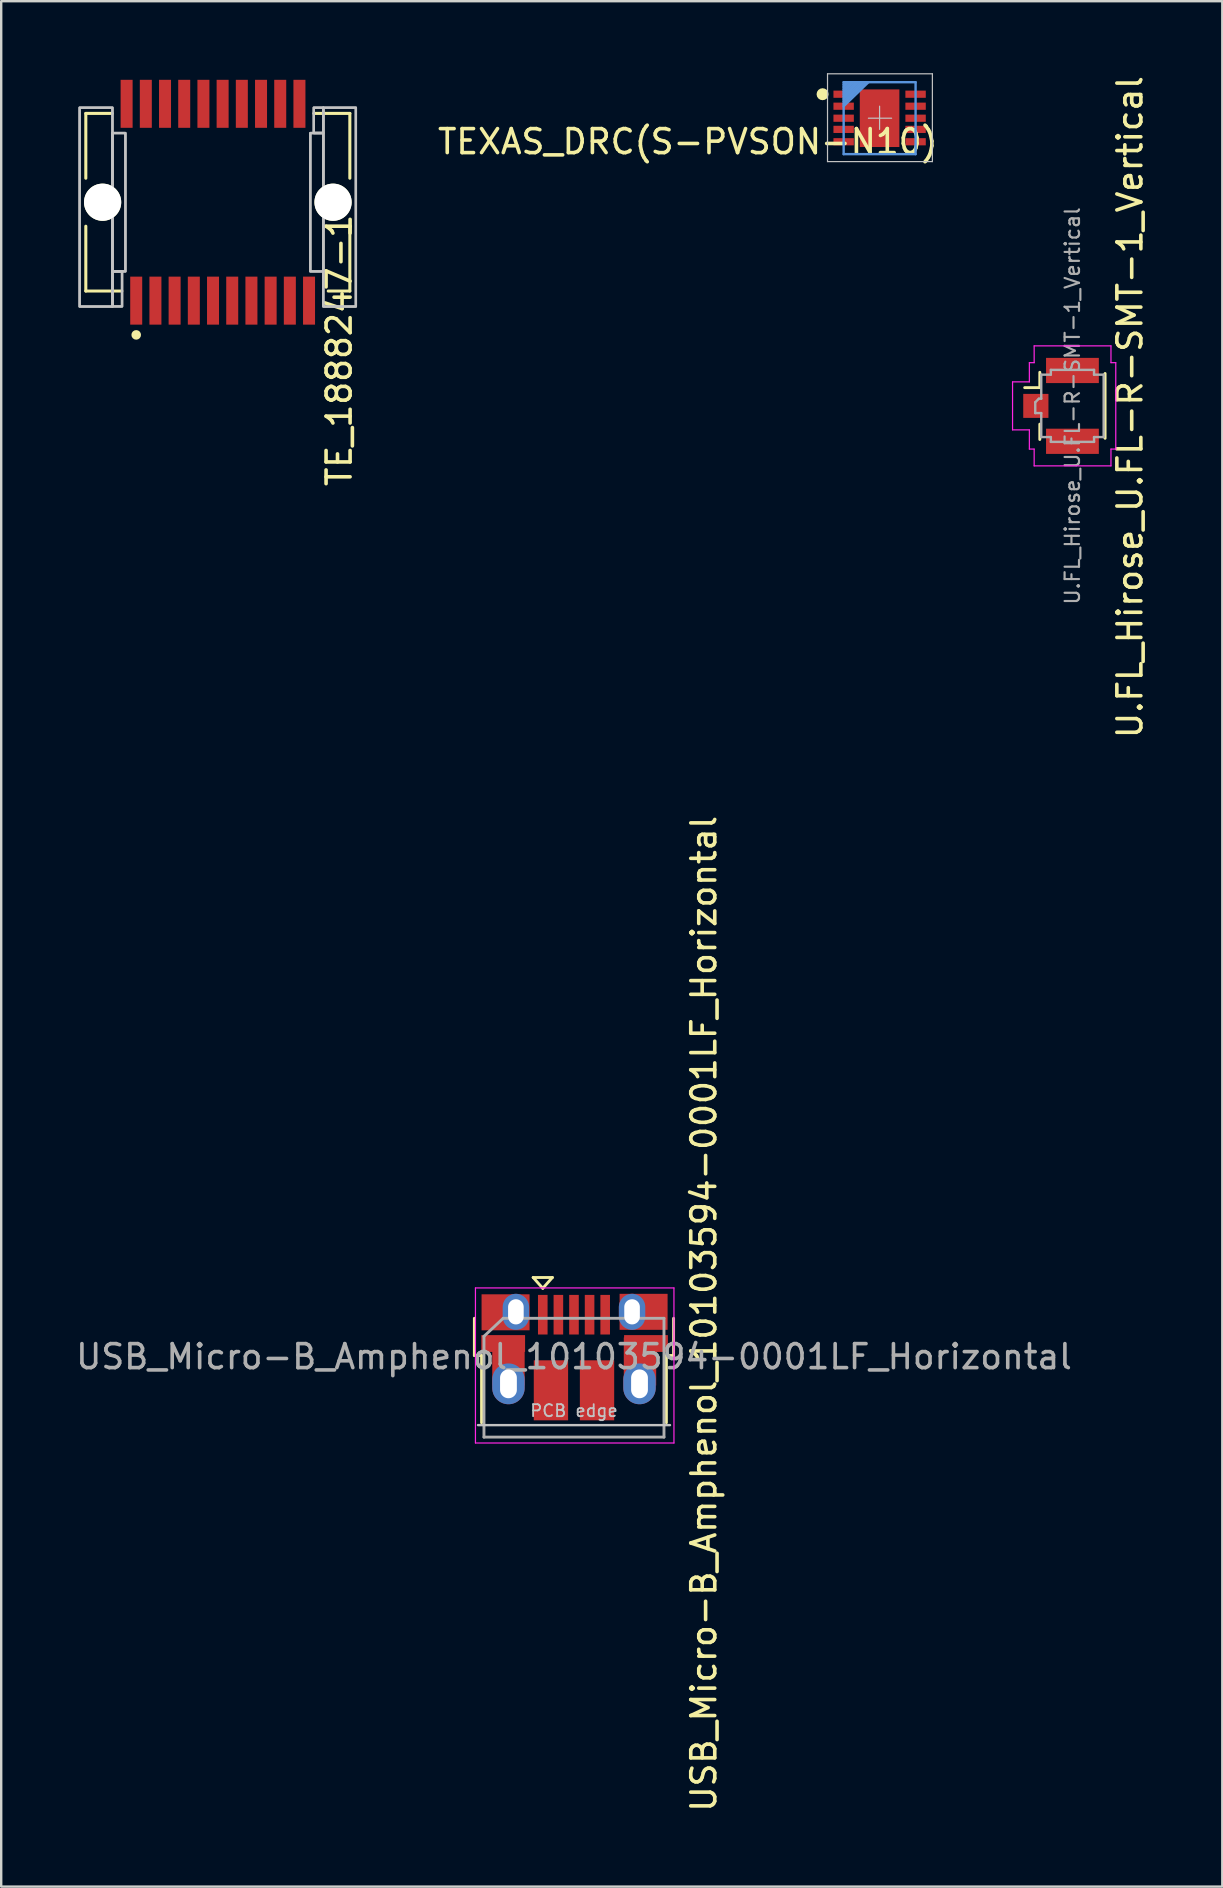
<source format=kicad_pcb>
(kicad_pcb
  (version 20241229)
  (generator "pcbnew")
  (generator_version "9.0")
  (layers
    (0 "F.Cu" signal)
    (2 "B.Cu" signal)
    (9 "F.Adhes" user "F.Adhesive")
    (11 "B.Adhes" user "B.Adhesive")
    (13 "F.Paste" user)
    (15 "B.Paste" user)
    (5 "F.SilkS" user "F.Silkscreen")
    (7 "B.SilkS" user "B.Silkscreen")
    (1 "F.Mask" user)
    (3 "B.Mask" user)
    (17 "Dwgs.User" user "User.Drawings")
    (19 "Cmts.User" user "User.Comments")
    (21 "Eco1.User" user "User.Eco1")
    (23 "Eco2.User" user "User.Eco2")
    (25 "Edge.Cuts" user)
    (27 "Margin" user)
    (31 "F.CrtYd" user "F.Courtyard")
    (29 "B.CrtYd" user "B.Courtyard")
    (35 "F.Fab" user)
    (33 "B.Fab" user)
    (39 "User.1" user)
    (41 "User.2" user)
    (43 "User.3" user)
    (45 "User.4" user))
  (footprint "TE_1888247-1"
    (layer "F.Cu")
    (at 6.025 5.375)
    (property "Reference" "TE_1888247-1" (at 5.055 6.172 90) (layer "F.SilkS") (effects (font (size 1.001 1.001) (thickness 0.15))))
    (attr smd)
    (fp_line (start -5.5 -3.7) (end -5.5 -1) (stroke (width 0.127) (type solid)) (layer "F.SilkS"))
    (fp_line (start -5.5 3.7) (end -5.5 1) (stroke (width 0.127) (type solid)) (layer "F.SilkS"))
    (fp_line (start -4.4 -3.7) (end -5.5 -3.7) (stroke (width 0.127) (type solid)) (layer "F.SilkS"))
    (fp_line (start -4 3.7) (end -5.5 3.7) (stroke (width 0.127) (type solid)) (layer "F.SilkS"))
    (fp_line (start 4 -3.7) (end 5.5 -3.7) (stroke (width 0.127) (type solid)) (layer "F.SilkS"))
    (fp_line (start 4.6 3.7) (end 5.5 3.7) (stroke (width 0.127) (type solid)) (layer "F.SilkS"))
    (fp_line (start 5.5 -3.7) (end 5.5 -1) (stroke (width 0.127) (type solid)) (layer "F.SilkS"))
    (fp_line (start 5.5 3.7) (end 5.5 1) (stroke (width 0.127) (type solid)) (layer "F.SilkS"))
    (fp_circle (center -3.4 5.527) (end -3.3 5.527) (stroke (width 0.2) (type solid)) (fill no) (layer "F.SilkS"))
    (fp_poly (pts (xy -5.759 -3.94) (xy -4.39 -3.94) (xy -4.39 4.347) (xy -5.759 4.347)) (stroke (width 0.1) (type solid)) (fill no) (layer "Dwgs.User"))
    (fp_poly (pts (xy -5.756 -3.94) (xy -4.39 -3.94) (xy -4.39 4.345) (xy -5.756 4.345)) (stroke (width 0.1) (type solid)) (fill no) (layer "Dwgs.User"))
    (fp_poly (pts (xy -4.395 -2.88) (xy -3.85 -2.88) (xy -3.85 2.883) (xy -4.395 2.883)) (stroke (width 0.1) (type solid)) (fill no) (layer "Dwgs.User"))
    (fp_poly (pts (xy -4.393 -2.88) (xy -3.85 -2.88) (xy -3.85 2.882) (xy -4.393 2.882)) (stroke (width 0.1) (type solid)) (fill no) (layer "Dwgs.User"))
    (fp_poly (pts (xy -4.392 2.88) (xy -3.99 2.88) (xy -3.99 4.342) (xy -4.392 4.342)) (stroke (width 0.1) (type solid)) (fill no) (layer "Dwgs.User"))
    (fp_poly (pts (xy -4.391 2.88) (xy -3.99 2.88) (xy -3.99 4.341) (xy -4.391 4.341)) (stroke (width 0.1) (type solid)) (fill no) (layer "Dwgs.User"))
    (fp_poly (pts (xy 3.85 -2.88) (xy 4.39 -2.88) (xy 4.39 2.88) (xy 3.85 2.88)) (stroke (width 0.1) (type solid)) (fill no) (layer "Dwgs.User"))
    (fp_poly (pts (xy 3.858 -2.88) (xy 4.39 -2.88) (xy 4.39 2.886) (xy 3.858 2.886)) (stroke (width 0.1) (type solid)) (fill no) (layer "Dwgs.User"))
    (fp_poly (pts (xy 3.997 -3.94) (xy 4.39 -3.94) (xy 4.39 -2.885) (xy 3.997 -2.885)) (stroke (width 0.1) (type solid)) (fill no) (layer "Dwgs.User"))
    (fp_poly (pts (xy 3.998 -3.94) (xy 4.39 -3.94) (xy 4.39 -2.885) (xy 3.998 -2.885)) (stroke (width 0.1) (type solid)) (fill no) (layer "Dwgs.User"))
    (fp_poly (pts (xy 4.392 -3.94) (xy 5.75 -3.94) (xy 5.75 4.342) (xy 4.392 4.342)) (stroke (width 0.1) (type solid)) (fill no) (layer "Dwgs.User"))
    (fp_poly (pts (xy 4.398 -3.94) (xy 5.75 -3.94) (xy 5.75 4.348) (xy 4.398 4.348)) (stroke (width 0.1) (type solid)) (fill no) (layer "Dwgs.User"))
    (fp_line (start -6 -5.35) (end 6 -5.35) (stroke (width 0.05) (type solid)) (layer "Eco1.User"))
    (fp_line (start -6 5.35) (end -6 -5.35) (stroke (width 0.05) (type solid)) (layer "Eco1.User"))
    (fp_line (start 6 -5.35) (end 6 5.35) (stroke (width 0.05) (type solid)) (layer "Eco1.User"))
    (fp_line (start 6 5.35) (end -6 5.35) (stroke (width 0.05) (type solid)) (layer "Eco1.User"))
    (fp_line (start -5.5 -3.7) (end 5.5 -3.7) (stroke (width 0.127) (type solid)) (layer "Eco2.User"))
    (fp_line (start -5.5 3.7) (end -5.5 -3.7) (stroke (width 0.127) (type solid)) (layer "Eco2.User"))
    (fp_line (start 5.5 -3.7) (end 5.5 3.7) (stroke (width 0.127) (type solid)) (layer "Eco2.User"))
    (fp_line (start 5.5 3.7) (end -5.5 3.7) (stroke (width 0.127) (type solid)) (layer "Eco2.User"))
    (pad "" np_thru_hole circle (at -4.8 0) (size 1.55 1.55) (drill 1.55) (layers "*.Cu" "*.Mask" "F.SilkS"))
    (pad "" np_thru_hole circle (at 4.8 0) (size 1.55 1.55) (drill 1.55) (layers "*.Cu" "*.Mask" "F.SilkS"))
    (pad "1" smd rect (at -3.4 4.1) (size 0.5 2) (layers "F.Cu" "F.Mask" "F.Paste"))
    (pad "2" smd rect (at -2.6 4.1) (size 0.5 2) (layers "F.Cu" "F.Mask" "F.Paste"))
    (pad "3" smd rect (at -1.8 4.1) (size 0.5 2) (layers "F.Cu" "F.Mask" "F.Paste"))
    (pad "4" smd rect (at -1 4.1) (size 0.5 2) (layers "F.Cu" "F.Mask" "F.Paste"))
    (pad "5" smd rect (at -0.2 4.1) (size 0.5 2) (layers "F.Cu" "F.Mask" "F.Paste"))
    (pad "6" smd rect (at 0.6 4.1) (size 0.5 2) (layers "F.Cu" "F.Mask" "F.Paste"))
    (pad "7" smd rect (at 1.4 4.1) (size 0.5 2) (layers "F.Cu" "F.Mask" "F.Paste"))
    (pad "8" smd rect (at 2.2 4.1) (size 0.5 2) (layers "F.Cu" "F.Mask" "F.Paste"))
    (pad "9" smd rect (at 3 4.1) (size 0.5 2) (layers "F.Cu" "F.Mask" "F.Paste"))
    (pad "10" smd rect (at 3.8 4.1) (size 0.5 2) (layers "F.Cu" "F.Mask" "F.Paste"))
    (pad "11" smd rect (at 3.4 -4.1 180) (size 0.5 2) (layers "F.Cu" "F.Mask" "F.Paste"))
    (pad "12" smd rect (at 2.6 -4.1 180) (size 0.5 2) (layers "F.Cu" "F.Mask" "F.Paste"))
    (pad "13" smd rect (at 1.8 -4.1 180) (size 0.5 2) (layers "F.Cu" "F.Mask" "F.Paste"))
    (pad "14" smd rect (at 1 -4.1 180) (size 0.5 2) (layers "F.Cu" "F.Mask" "F.Paste"))
    (pad "15" smd rect (at 0.2 -4.1 180) (size 0.5 2) (layers "F.Cu" "F.Mask" "F.Paste"))
    (pad "16" smd rect (at -0.6 -4.1 180) (size 0.5 2) (layers "F.Cu" "F.Mask" "F.Paste"))
    (pad "17" smd rect (at -1.4 -4.1 180) (size 0.5 2) (layers "F.Cu" "F.Mask" "F.Paste"))
    (pad "18" smd rect (at -2.2 -4.1 180) (size 0.5 2) (layers "F.Cu" "F.Mask" "F.Paste"))
    (pad "19" smd rect (at -3 -4.1 180) (size 0.5 2) (layers "F.Cu" "F.Mask" "F.Paste"))
    (pad "20" smd rect (at -3.8 -4.1 180) (size 0.5 2) (layers "F.Cu" "F.Mask" "F.Paste")))
  (footprint "U.FL_Hirose_U.FL-R-SMT-1_Vertical"
    (layer "F.Cu")
    (at 41.155 13.86)
    (property "Reference" "U.FL_Hirose_U.FL-R-SMT-1_Vertical" (at 2.87 0.051 90) (layer "F.SilkS") (effects (font (size 1 1) (thickness 0.15))))
    (attr smd)
    (fp_line (start -0.885 -1.4) (end -0.885 -0.76) (stroke (width 0.12) (type solid)) (layer "F.SilkS"))
    (fp_line (start -0.885 -0.76) (end -1.515 -0.76) (stroke (width 0.12) (type solid)) (layer "F.SilkS"))
    (fp_line (start -0.885 1.4) (end -0.885 0.76) (stroke (width 0.12) (type solid)) (layer "F.SilkS"))
    (fp_line (start 1.835 -1.35) (end 1.835 1.35) (stroke (width 0.12) (type solid)) (layer "F.SilkS"))
    (fp_line (start -2.02 1) (end -2.02 -1) (stroke (width 0.05) (type solid)) (layer "F.CrtYd"))
    (fp_line (start -1.32 -1.8) (end -1.12 -1.8) (stroke (width 0.05) (type solid)) (layer "F.CrtYd"))
    (fp_line (start -1.32 -1) (end -2.02 -1) (stroke (width 0.05) (type solid)) (layer "F.CrtYd"))
    (fp_line (start -1.32 -1) (end -1.32 -1.8) (stroke (width 0.05) (type solid)) (layer "F.CrtYd"))
    (fp_line (start -1.32 1) (end -2.02 1) (stroke (width 0.05) (type solid)) (layer "F.CrtYd"))
    (fp_line (start -1.32 1.8) (end -1.32 1) (stroke (width 0.05) (type solid)) (layer "F.CrtYd"))
    (fp_line (start -1.32 1.8) (end -1.12 1.8) (stroke (width 0.05) (type solid)) (layer "F.CrtYd"))
    (fp_line (start -1.12 -1.8) (end -1.12 -2.5) (stroke (width 0.05) (type solid)) (layer "F.CrtYd"))
    (fp_line (start -1.12 2.5) (end -1.12 1.8) (stroke (width 0.05) (type solid)) (layer "F.CrtYd"))
    (fp_line (start 2.08 -2.5) (end -1.12 -2.5) (stroke (width 0.05) (type solid)) (layer "F.CrtYd"))
    (fp_line (start 2.08 -1.8) (end 2.08 -2.5) (stroke (width 0.05) (type solid)) (layer "F.CrtYd"))
    (fp_line (start 2.08 -1.8) (end 2.28 -1.8) (stroke (width 0.05) (type solid)) (layer "F.CrtYd"))
    (fp_line (start 2.08 1.8) (end 2.28 1.8) (stroke (width 0.05) (type solid)) (layer "F.CrtYd"))
    (fp_line (start 2.08 2.5) (end -1.12 2.5) (stroke (width 0.05) (type solid)) (layer "F.CrtYd"))
    (fp_line (start 2.08 2.5) (end 2.08 1.8) (stroke (width 0.05) (type solid)) (layer "F.CrtYd"))
    (fp_line (start 2.28 1.8) (end 2.28 -1.8) (stroke (width 0.05) (type solid)) (layer "F.CrtYd"))
    (fp_line (start -1.075 0.3) (end -1.075 -0.15) (stroke (width 0.1) (type solid)) (layer "F.Fab"))
    (fp_line (start -1.075 0.3) (end -0.825 0.3) (stroke (width 0.1) (type solid)) (layer "F.Fab"))
    (fp_line (start -0.925 -0.3) (end -1.075 -0.15) (stroke (width 0.1) (type solid)) (layer "F.Fab"))
    (fp_line (start -0.925 -0.3) (end -0.825 -0.3) (stroke (width 0.1) (type solid)) (layer "F.Fab"))
    (fp_line (start -0.825 -0.3) (end -0.825 -1.3) (stroke (width 0.1) (type solid)) (layer "F.Fab"))
    (fp_line (start -0.825 0.3) (end -0.825 1.3) (stroke (width 0.1) (type solid)) (layer "F.Fab"))
    (fp_line (start -0.425 -1.5) (end -0.425 -1.3) (stroke (width 0.1) (type solid)) (layer "F.Fab"))
    (fp_line (start -0.425 -1.5) (end 1.375 -1.5) (stroke (width 0.1) (type solid)) (layer "F.Fab"))
    (fp_line (start -0.425 -1.3) (end -0.825 -1.3) (stroke (width 0.1) (type solid)) (layer "F.Fab"))
    (fp_line (start -0.425 1.3) (end -0.825 1.3) (stroke (width 0.1) (type solid)) (layer "F.Fab"))
    (fp_line (start -0.425 1.5) (end -0.425 1.3) (stroke (width 0.1) (type solid)) (layer "F.Fab"))
    (fp_line (start -0.425 1.5) (end 1.375 1.5) (stroke (width 0.1) (type solid)) (layer "F.Fab"))
    (fp_line (start 1.375 -1.5) (end 1.375 -1.3) (stroke (width 0.1) (type solid)) (layer "F.Fab"))
    (fp_line (start 1.375 1.5) (end 1.375 1.3) (stroke (width 0.1) (type solid)) (layer "F.Fab"))
    (fp_line (start 1.775 -1.3) (end 1.375 -1.3) (stroke (width 0.1) (type solid)) (layer "F.Fab"))
    (fp_line (start 1.775 -1.3) (end 1.775 1.3) (stroke (width 0.1) (type solid)) (layer "F.Fab"))
    (fp_line (start 1.775 1.3) (end 1.375 1.3) (stroke (width 0.1) (type solid)) (layer "F.Fab"))
    (fp_text user "${REFERENCE}" (at 0.475 0 270) (layer "F.Fab") (effects (font (size 0.6 0.6) (thickness 0.09))))
    (pad "1" smd rect (at -1.05 0) (size 1.05 1) (layers "F.Cu" "F.Mask" "F.Paste"))
    (pad "2" smd rect (at 0.475 -1.475) (size 2.2 1.05) (layers "F.Cu" "F.Mask" "F.Paste"))
    (pad "2" smd rect (at 0.475 1.475) (size 2.2 1.05) (layers "F.Cu" "F.Mask" "F.Paste")))
  (footprint "TEXAS_DRC(S-PVSON-N10)"
    (layer "F.Cu")
    (at 33.595 1.875)
    (property "Reference" "TEXAS_DRC(S-PVSON-N10)" (at 2.515 1.562 0) (layer "F.SilkS") (effects (font (size 1 1) (thickness 0.15)) (justify right bottom)))
    (attr smd)
    (fp_arc (start -2.250199 -1.000001) (mid -2.500201 -1.000001) (end -2.250199 -1.000001) (stroke (width 0.25) (type solid)) (layer "F.SilkS"))
    (fp_line (start -2.169 -1.85) (end 2.2 -1.85) (stroke (width 0.05) (type solid)) (layer "Dwgs.User"))
    (fp_line (start -2.169 1.808) (end -2.169 -1.85) (stroke (width 0.05) (type solid)) (layer "Dwgs.User"))
    (fp_line (start -2.169 1.808) (end 2.2 1.808) (stroke (width 0.05) (type solid)) (layer "Dwgs.User"))
    (fp_line (start -0.465 0) (end 0.5 0) (stroke (width 0.05) (type solid)) (layer "Dwgs.User"))
    (fp_line (start 0 0.465) (end 0 -0.5) (stroke (width 0.05) (type solid)) (layer "Dwgs.User"))
    (fp_line (start 2.2 1.808) (end 2.2 -1.85) (stroke (width 0.05) (type solid)) (layer "Dwgs.User"))
    (fp_line (start -1.497 -1.5) (end 1.5 -1.5) (stroke (width 0.1) (type solid)) (layer "Cmts.User"))
    (fp_line (start -1.497 -1.4) (end -1.394 -1.5) (stroke (width 0.1) (type solid)) (layer "Cmts.User"))
    (fp_line (start -1.497 -1.3) (end -1.291 -1.5) (stroke (width 0.1) (type solid)) (layer "Cmts.User"))
    (fp_line (start -1.497 -1.2) (end -1.188 -1.5) (stroke (width 0.1) (type solid)) (layer "Cmts.User"))
    (fp_line (start -1.497 -1.1) (end -1.084 -1.5) (stroke (width 0.1) (type solid)) (layer "Cmts.User"))
    (fp_line (start -1.497 -1) (end -0.981 -1.5) (stroke (width 0.1) (type solid)) (layer "Cmts.User"))
    (fp_line (start -1.497 -0.9) (end -0.878 -1.5) (stroke (width 0.1) (type solid)) (layer "Cmts.User"))
    (fp_line (start -1.497 -0.8) (end -0.775 -1.5) (stroke (width 0.1) (type solid)) (layer "Cmts.User"))
    (fp_line (start -1.497 -0.7) (end -0.672 -1.5) (stroke (width 0.1) (type solid)) (layer "Cmts.User"))
    (fp_line (start -1.497 -0.6) (end -0.568 -1.5) (stroke (width 0.1) (type solid)) (layer "Cmts.User"))
    (fp_line (start -1.497 -0.5) (end -0.465 -1.5) (stroke (width 0.1) (type solid)) (layer "Cmts.User"))
    (fp_line (start -1.497 1.497) (end -1.497 -1.5) (stroke (width 0.1) (type solid)) (layer "Cmts.User"))
    (fp_line (start -1.497 1.497) (end 1.5 1.497) (stroke (width 0.1) (type solid)) (layer "Cmts.User"))
    (fp_line (start 1.5 1.497) (end 1.5 -1.5) (stroke (width 0.1) (type solid)) (layer "Cmts.User"))
    (pad "1" smd rect (at -1.497 -1) (size 0.85 0.3) (layers "F.Cu" "F.Mask" "F.Paste"))
    (pad "2" smd rect (at -1.497 -0.5) (size 0.85 0.3) (layers "F.Cu" "F.Mask" "F.Paste"))
    (pad "3" smd rect (at -1.497 0) (size 0.85 0.3) (layers "F.Cu" "F.Mask" "F.Paste"))
    (pad "4" smd rect (at -1.497 0.465) (size 0.85 0.3) (layers "F.Cu" "F.Mask" "F.Paste"))
    (pad "5" smd rect (at -1.497 0.981) (size 0.85 0.3) (layers "F.Cu" "F.Mask" "F.Paste"))
    (pad "6" smd rect (at 1.5 0.981) (size 0.85 0.3) (layers "F.Cu" "F.Mask" "F.Paste"))
    (pad "7" smd rect (at 1.5 0.465) (size 0.85 0.3) (layers "F.Cu" "F.Mask" "F.Paste"))
    (pad "8" smd rect (at 1.5 0) (size 0.85 0.3) (layers "F.Cu" "F.Mask" "F.Paste"))
    (pad "9" smd rect (at 1.5 -0.5) (size 0.85 0.3) (layers "F.Cu" "F.Mask" "F.Paste"))
    (pad "10" smd rect (at 1.5 -1) (size 0.85 0.3) (layers "F.Cu" "F.Mask" "F.Paste"))
    (pad "11" smd rect (at 0 0 90) (size 2.4 1.65) (layers "F.Cu" "F.Mask" "F.Paste")))
  (footprint "USB_Micro-B_Amphenol_10103594-0001LF_Horizontal"
    (layer "F.Cu")
    (at 20.888 53.488)
    (property "Reference" "USB_Micro-B_Amphenol_10103594-0001LF_Horizontal" (at 5.385 -1.803 270) (layer "F.SilkS") (effects (font (size 1 1) (thickness 0.15))))
    (attr smd)
    (fp_line (start -4.175 -0.065) (end -4.175 -1.615) (stroke (width 0.12) (type solid)) (layer "F.SilkS"))
    (fp_line (start -4.175 -0.065) (end -3.875 -0.065) (stroke (width 0.12) (type solid)) (layer "F.SilkS"))
    (fp_line (start -3.875 2.735) (end -3.875 -0.065) (stroke (width 0.12) (type solid)) (layer "F.SilkS"))
    (fp_line (start -1.725 -3.315) (end -0.925 -3.315) (stroke (width 0.12) (type solid)) (layer "F.SilkS"))
    (fp_line (start -1.325 -2.865) (end -1.725 -3.315) (stroke (width 0.12) (type solid)) (layer "F.SilkS"))
    (fp_line (start -0.925 -3.315) (end -1.325 -2.865) (stroke (width 0.12) (type solid)) (layer "F.SilkS"))
    (fp_line (start 3.825 -0.065) (end 4.125 -0.065) (stroke (width 0.12) (type solid)) (layer "F.SilkS"))
    (fp_line (start 3.825 2.735) (end 3.825 -0.065) (stroke (width 0.12) (type solid)) (layer "F.SilkS"))
    (fp_line (start 4.125 -0.065) (end 4.125 -1.615) (stroke (width 0.12) (type solid)) (layer "F.SilkS"))
    (fp_line (start -4.025 2.835) (end 3.975 2.835) (stroke (width 0.1) (type solid)) (layer "Dwgs.User"))
    (fp_line (start -4.13 -2.88) (end -4.13 3.58) (stroke (width 0.05) (type solid)) (layer "F.CrtYd"))
    (fp_line (start -4.13 -2.88) (end 4.14 -2.88) (stroke (width 0.05) (type solid)) (layer "F.CrtYd"))
    (fp_line (start 4.14 3.58) (end -4.13 3.58) (stroke (width 0.05) (type solid)) (layer "F.CrtYd"))
    (fp_line (start 4.14 3.58) (end 4.14 -2.88) (stroke (width 0.05) (type solid)) (layer "F.CrtYd"))
    (fp_line (start -3.775 -0.865) (end -2.975 -1.615) (stroke (width 0.12) (type solid)) (layer "F.Fab"))
    (fp_line (start -3.775 3.335) (end -3.775 -0.865) (stroke (width 0.12) (type solid)) (layer "F.Fab"))
    (fp_line (start -2.975 -1.615) (end 3.725 -1.615) (stroke (width 0.12) (type solid)) (layer "F.Fab"))
    (fp_line (start 3.725 -1.615) (end 3.725 3.335) (stroke (width 0.12) (type solid)) (layer "F.Fab"))
    (fp_line (start 3.725 3.335) (end -3.775 3.335) (stroke (width 0.12) (type solid)) (layer "F.Fab"))
    (fp_text user "PCB edge" (at -0.025 2.235 0) (layer "Dwgs.User") (effects (font (size 0.5 0.5) (thickness 0.075))))
    (fp_text user "${REFERENCE}" (at -0.025 -0.015 0) (layer "F.Fab") (effects (font (size 1 1) (thickness 0.15))))
    (pad "1" smd rect (at -1.325 -1.765 90) (size 1.65 0.4) (layers "F.Cu" "F.Mask" "F.Paste"))
    (pad "2" smd rect (at -0.675 -1.765 90) (size 1.65 0.4) (layers "F.Cu" "F.Mask" "F.Paste"))
    (pad "3" smd rect (at -0.025 -1.765 90) (size 1.65 0.4) (layers "F.Cu" "F.Mask" "F.Paste"))
    (pad "4" smd rect (at 0.625 -1.765 90) (size 1.65 0.4) (layers "F.Cu" "F.Mask" "F.Paste"))
    (pad "5" smd rect (at 1.275 -1.765 90) (size 1.65 0.4) (layers "F.Cu" "F.Mask" "F.Paste"))
    (pad "6" smd rect (at -2.975 -0.565) (size 1.825 0.7) (layers "F.Cu" "F.Mask" "F.Paste"))
    (pad "6" smd rect (at -2.875 -1.865) (size 2 1.5) (layers "F.Cu" "F.Mask" "F.Paste"))
    (pad "6" smd rect (at -2.755 0.185) (size 1.35 2) (layers "F.Cu" "F.Mask" "F.Paste"))
    (pad "6" thru_hole oval (at -2.755 1.115 90) (size 1.7 1.35) (drill oval 1.2 0.7) (layers "*.Cu" "*.Mask"))
    (pad "6" thru_hole oval (at -2.445 -1.885 90) (size 1.5 1.1) (drill oval 1.05 0.65) (layers "*.Cu" "*.Mask"))
    (pad "6" smd rect (at -0.985 1.385 90) (size 2.5 1.43) (layers "F.Cu" "F.Mask" "F.Paste"))
    (pad "6" smd rect (at 0.935 1.385 90) (size 2.5 1.43) (layers "F.Cu" "F.Mask" "F.Paste"))
    (pad "6" thru_hole oval (at 2.395 -1.885 90) (size 1.5 1.1) (drill oval 1.05 0.65) (layers "*.Cu" "*.Mask"))
    (pad "6" thru_hole oval (at 2.705 1.115 90) (size 1.7 1.35) (drill oval 1.2 0.7) (layers "*.Cu" "*.Mask"))
    (pad "6" smd rect (at 2.725 0.185) (size 1.35 2) (layers "F.Cu" "F.Mask" "F.Paste"))
    (pad "6" smd rect (at 2.875 -1.885) (size 2 1.5) (layers "F.Cu" "F.Mask" "F.Paste"))
    (pad "6" smd rect (at 2.975 -0.565) (size 1.825 0.7) (layers "F.Cu" "F.Mask" "F.Paste")))
  (gr_rect
    (start -3 -3)
    (end 47.873 75.548)
    (stroke (width 0.1) (type default))
    (fill no)
    (layer "Edge.Cuts")))
</source>
